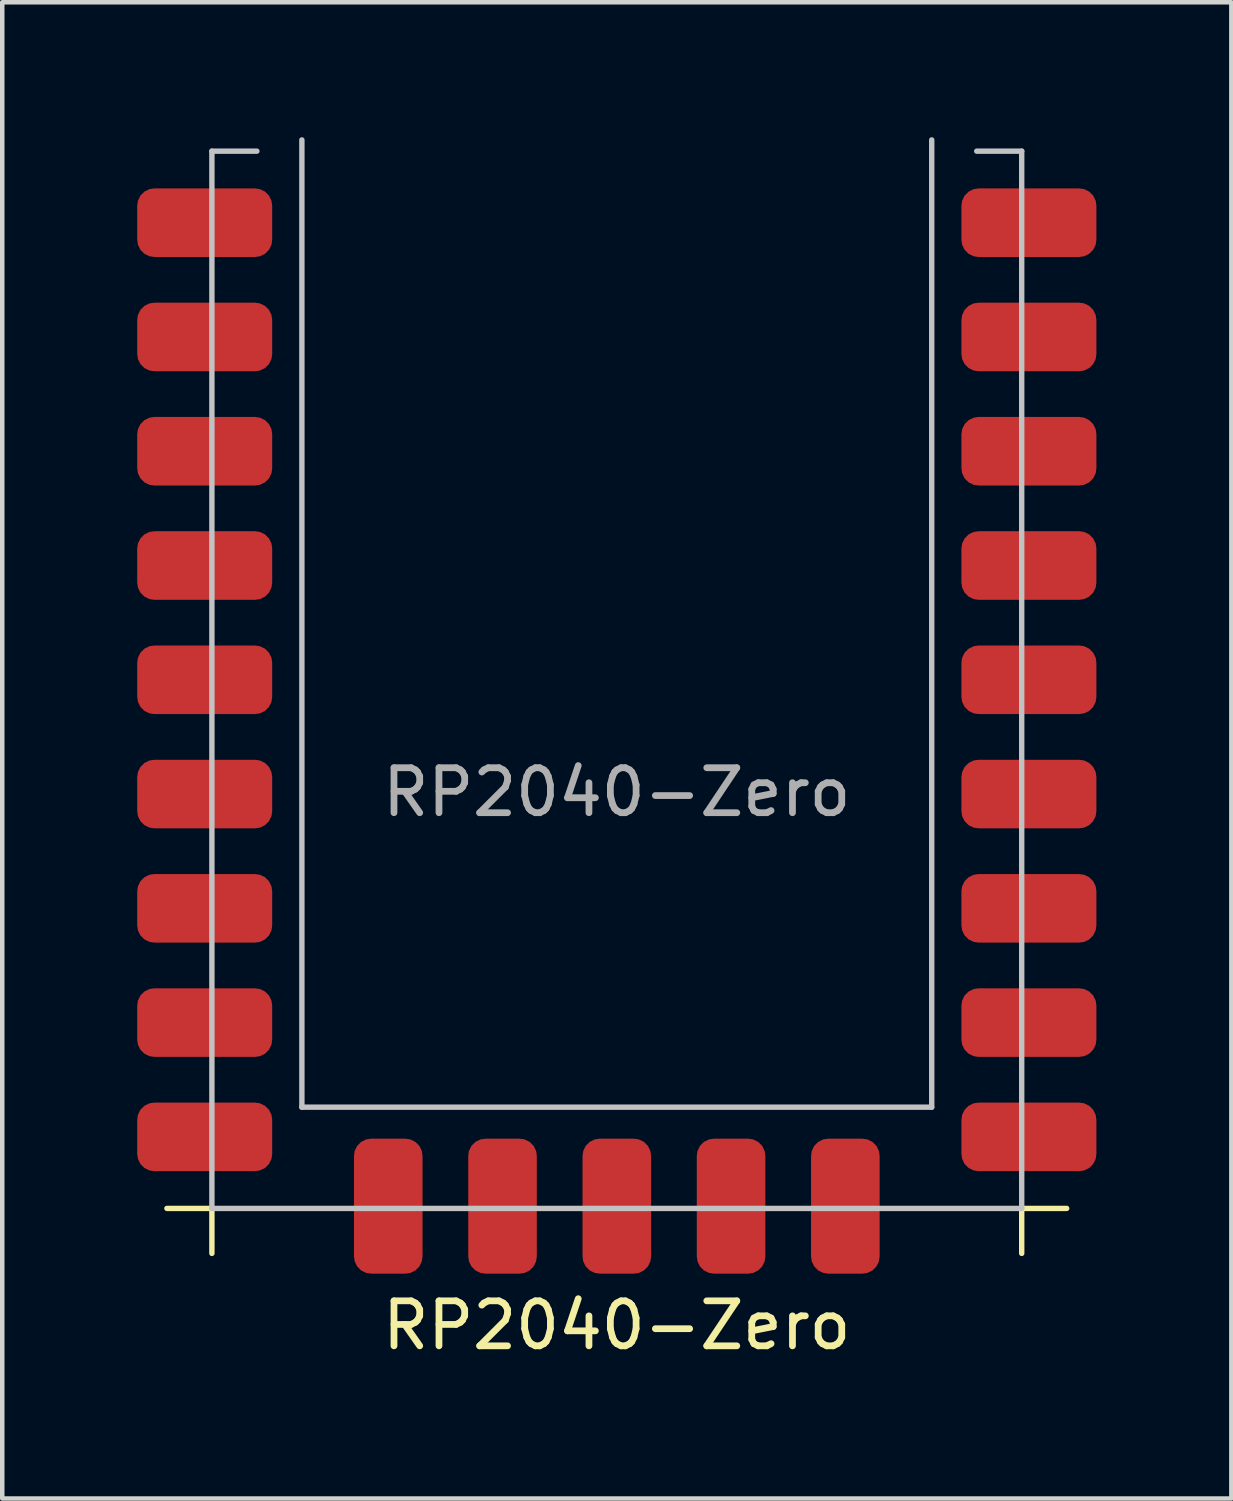
<source format=kicad_pcb>
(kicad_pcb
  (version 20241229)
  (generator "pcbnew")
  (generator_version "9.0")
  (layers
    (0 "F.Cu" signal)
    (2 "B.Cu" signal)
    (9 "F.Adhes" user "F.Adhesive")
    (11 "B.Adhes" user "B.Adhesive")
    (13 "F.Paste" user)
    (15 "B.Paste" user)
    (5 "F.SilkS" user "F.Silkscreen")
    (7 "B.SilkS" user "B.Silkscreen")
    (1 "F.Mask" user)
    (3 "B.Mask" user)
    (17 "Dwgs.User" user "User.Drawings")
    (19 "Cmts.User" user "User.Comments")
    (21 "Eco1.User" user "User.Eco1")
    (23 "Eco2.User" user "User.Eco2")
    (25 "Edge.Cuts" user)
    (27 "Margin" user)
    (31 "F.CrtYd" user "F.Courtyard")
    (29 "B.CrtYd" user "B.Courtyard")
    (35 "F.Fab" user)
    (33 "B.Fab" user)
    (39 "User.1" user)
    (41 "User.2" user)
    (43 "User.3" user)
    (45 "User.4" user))
  (footprint "RP2040-Zero"
    (layer "F.Cu")
    (at 10.66 12.06)
    (property "Reference" "RP2040-Zero" (at 0 14.35 0) (unlocked yes) (layer "F.SilkS") (effects (font (size 1 1) (thickness 0.15))))
    (attr smd)
    (fp_line (start -9 11.75) (end -10 11.75) (stroke (width 0.12) (type solid)) (layer "F.SilkS"))
    (fp_line (start -9 11.75) (end -9 12.75) (stroke (width 0.12) (type solid)) (layer "F.SilkS"))
    (fp_line (start 9 11.75) (end 9 12.75) (stroke (width 0.12) (type solid)) (layer "F.SilkS"))
    (fp_line (start 9 11.75) (end 10 11.75) (stroke (width 0.12) (type solid)) (layer "F.SilkS"))
    (fp_line (start -9 -11.75) (end -9 11.75) (stroke (width 0.12) (type solid)) (layer "Dwgs.User"))
    (fp_line (start -9 -11.75) (end -8 -11.75) (stroke (width 0.12) (type solid)) (layer "Dwgs.User"))
    (fp_line (start -9 11.75) (end 9 11.75) (stroke (width 0.12) (type solid)) (layer "Dwgs.User"))
    (fp_line (start -7 -12) (end -7 9.5) (stroke (width 0.12) (type solid)) (layer "Dwgs.User"))
    (fp_line (start -7 9.5) (end 7 9.5) (stroke (width 0.12) (type solid)) (layer "Dwgs.User"))
    (fp_line (start 7 9.5) (end 7 -12) (stroke (width 0.12) (type solid)) (layer "Dwgs.User"))
    (fp_line (start 9 -11.75) (end 8 -11.75) (stroke (width 0.12) (type solid)) (layer "Dwgs.User"))
    (fp_line (start 9 11.75) (end 9 -11.75) (stroke (width 0.12) (type solid)) (layer "Dwgs.User"))
    (fp_text user "${REFERENCE}" (at 0 2.5 0) (unlocked yes) (layer "F.Fab") (effects (font (size 1 1) (thickness 0.15))))
    (pad "1" smd roundrect (at 9.16 -10.16 180) (size 3 1.524) (layers "F.Cu" "F.Mask" "F.Paste") (roundrect_rratio 0.25))
    (pad "2" smd roundrect (at 9.16 -7.62 180) (size 3 1.524) (layers "F.Cu" "F.Mask" "F.Paste") (roundrect_rratio 0.25))
    (pad "3" smd roundrect (at 9.16 -5.08 180) (size 3 1.524) (layers "F.Cu" "F.Mask" "F.Paste") (roundrect_rratio 0.25))
    (pad "4" smd roundrect (at 9.16 -2.54 180) (size 3 1.524) (layers "F.Cu" "F.Mask" "F.Paste") (roundrect_rratio 0.25))
    (pad "5" smd roundrect (at 9.16 0 180) (size 3 1.524) (layers "F.Cu" "F.Mask" "F.Paste") (roundrect_rratio 0.25))
    (pad "6" smd roundrect (at 9.16 2.54 180) (size 3 1.524) (layers "F.Cu" "F.Mask" "F.Paste") (roundrect_rratio 0.25))
    (pad "7" smd roundrect (at 9.16 5.08 180) (size 3 1.524) (layers "F.Cu" "F.Mask" "F.Paste") (roundrect_rratio 0.25))
    (pad "8" smd roundrect (at 9.16 7.62 180) (size 3 1.524) (layers "F.Cu" "F.Mask" "F.Paste") (roundrect_rratio 0.25))
    (pad "9" smd roundrect (at 9.16 10.16 180) (size 3 1.524) (layers "F.Cu" "F.Mask" "F.Paste") (roundrect_rratio 0.25))
    (pad "10" smd roundrect (at 5.08 11.7 270) (size 3 1.524) (layers "F.Cu" "F.Mask" "F.Paste") (roundrect_rratio 0.25))
    (pad "11" smd roundrect (at 2.54 11.7 270) (size 3 1.524) (layers "F.Cu" "F.Mask" "F.Paste") (roundrect_rratio 0.25))
    (pad "12" smd roundrect (at 0 11.7 270) (size 3 1.524) (layers "F.Cu" "F.Mask" "F.Paste") (roundrect_rratio 0.25))
    (pad "13" smd roundrect (at -2.54 11.7 270) (size 3 1.524) (layers "F.Cu" "F.Mask" "F.Paste") (roundrect_rratio 0.25))
    (pad "14" smd roundrect (at -5.08 11.7 90) (size 3 1.524) (layers "F.Cu" "F.Mask" "F.Paste") (roundrect_rratio 0.25))
    (pad "15" smd roundrect (at -9.16 10.16 180) (size 3 1.524) (layers "F.Cu" "F.Mask" "F.Paste") (roundrect_rratio 0.25))
    (pad "16" smd roundrect (at -9.16 7.62 180) (size 3 1.524) (layers "F.Cu" "F.Mask" "F.Paste") (roundrect_rratio 0.25))
    (pad "17" smd roundrect (at -9.16 5.08 180) (size 3 1.524) (layers "F.Cu" "F.Mask" "F.Paste") (roundrect_rratio 0.25))
    (pad "18" smd roundrect (at -9.16 2.54 180) (size 3 1.524) (layers "F.Cu" "F.Mask" "F.Paste") (roundrect_rratio 0.25))
    (pad "19" smd roundrect (at -9.16 0 180) (size 3 1.524) (layers "F.Cu" "F.Mask" "F.Paste") (roundrect_rratio 0.25))
    (pad "20" smd roundrect (at -9.16 -2.54 180) (size 3 1.524) (layers "F.Cu" "F.Mask" "F.Paste") (roundrect_rratio 0.25))
    (pad "21" smd roundrect (at -9.16 -5.08 180) (size 3 1.524) (layers "F.Cu" "F.Mask" "F.Paste") (roundrect_rratio 0.25))
    (pad "22" smd roundrect (at -9.16 -10.16 180) (size 3 1.524) (layers "F.Cu" "F.Mask" "F.Paste") (roundrect_rratio 0.25))
    (pad "23" smd roundrect (at -9.16 -7.62 180) (size 3 1.524) (layers "F.Cu" "F.Mask" "F.Paste") (roundrect_rratio 0.25)))
  (gr_rect
    (start -3 -3)
    (end 24.32 30.258)
    (stroke (width 0.1) (type default))
    (fill no)
    (layer "Edge.Cuts")))
</source>
